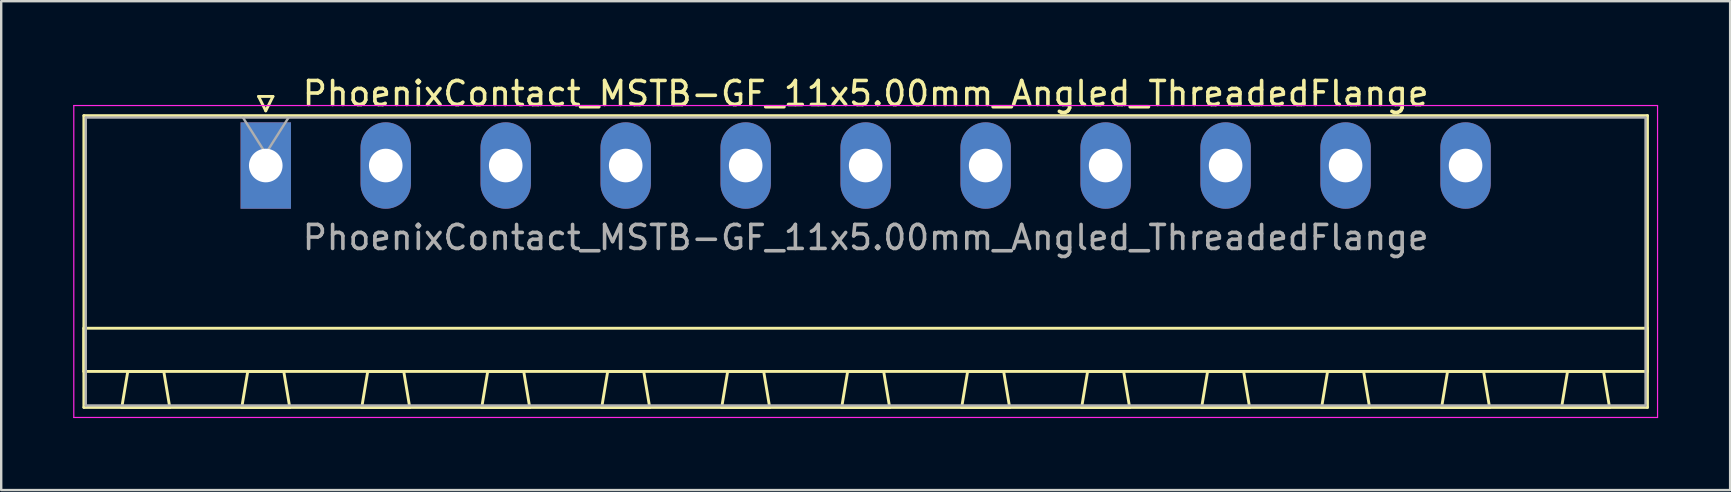
<source format=kicad_pcb>
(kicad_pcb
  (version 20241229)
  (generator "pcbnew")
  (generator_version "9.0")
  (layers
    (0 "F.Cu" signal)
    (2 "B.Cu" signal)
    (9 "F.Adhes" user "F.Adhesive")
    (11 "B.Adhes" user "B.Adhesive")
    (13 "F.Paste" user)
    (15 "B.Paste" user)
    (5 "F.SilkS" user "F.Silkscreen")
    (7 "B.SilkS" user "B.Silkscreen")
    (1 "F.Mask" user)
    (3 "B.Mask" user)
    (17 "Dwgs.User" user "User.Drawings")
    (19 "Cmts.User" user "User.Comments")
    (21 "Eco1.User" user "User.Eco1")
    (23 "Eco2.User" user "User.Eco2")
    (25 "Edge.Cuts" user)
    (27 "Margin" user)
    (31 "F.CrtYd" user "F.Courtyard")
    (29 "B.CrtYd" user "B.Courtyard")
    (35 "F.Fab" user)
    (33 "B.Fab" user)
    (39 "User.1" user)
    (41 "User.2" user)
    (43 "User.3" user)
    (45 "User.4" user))
  (footprint "PhoenixContact_MSTB-GF_11x5.00mm_Angled_ThreadedFlange"
    (layer "F.Cu")
    (at 8.025 3.848)
    (property "Reference" "PhoenixContact_MSTB-GF_11x5.00mm_Angled_ThreadedFlange" (at 25 -3 0) (layer "F.SilkS") (effects (font (size 1 1) (thickness 0.15))))
    (attr through_hole)
    (fp_line (start -7.58 -2.08) (end -7.58 10.08) (stroke (width 0.12) (type solid)) (layer "F.SilkS"))
    (fp_line (start -7.58 6.78) (end 57.58 6.78) (stroke (width 0.12) (type solid)) (layer "F.SilkS"))
    (fp_line (start -7.58 8.58) (end -7.58 6.78) (stroke (width 0.12) (type solid)) (layer "F.SilkS"))
    (fp_line (start -7.58 10.08) (end 57.58 10.08) (stroke (width 0.12) (type solid)) (layer "F.SilkS"))
    (fp_line (start -6 10.08) (end -4 10.08) (stroke (width 0.12) (type solid)) (layer "F.SilkS"))
    (fp_line (start -5.75 8.58) (end -6 10.08) (stroke (width 0.12) (type solid)) (layer "F.SilkS"))
    (fp_line (start -4.25 8.58) (end -5.75 8.58) (stroke (width 0.12) (type solid)) (layer "F.SilkS"))
    (fp_line (start -4 10.08) (end -4.25 8.58) (stroke (width 0.12) (type solid)) (layer "F.SilkS"))
    (fp_line (start -1 10.08) (end 1 10.08) (stroke (width 0.12) (type solid)) (layer "F.SilkS"))
    (fp_line (start -0.75 8.58) (end -1 10.08) (stroke (width 0.12) (type solid)) (layer "F.SilkS"))
    (fp_line (start -0.3 -2.88) (end 0.3 -2.88) (stroke (width 0.12) (type solid)) (layer "F.SilkS"))
    (fp_line (start 0 -2.28) (end -0.3 -2.88) (stroke (width 0.12) (type solid)) (layer "F.SilkS"))
    (fp_line (start 0.3 -2.88) (end 0 -2.28) (stroke (width 0.12) (type solid)) (layer "F.SilkS"))
    (fp_line (start 0.75 8.58) (end -0.75 8.58) (stroke (width 0.12) (type solid)) (layer "F.SilkS"))
    (fp_line (start 1 10.08) (end 0.75 8.58) (stroke (width 0.12) (type solid)) (layer "F.SilkS"))
    (fp_line (start 4 10.08) (end 6 10.08) (stroke (width 0.12) (type solid)) (layer "F.SilkS"))
    (fp_line (start 4.25 8.58) (end 4 10.08) (stroke (width 0.12) (type solid)) (layer "F.SilkS"))
    (fp_line (start 5.75 8.58) (end 4.25 8.58) (stroke (width 0.12) (type solid)) (layer "F.SilkS"))
    (fp_line (start 6 10.08) (end 5.75 8.58) (stroke (width 0.12) (type solid)) (layer "F.SilkS"))
    (fp_line (start 9 10.08) (end 11 10.08) (stroke (width 0.12) (type solid)) (layer "F.SilkS"))
    (fp_line (start 9.25 8.58) (end 9 10.08) (stroke (width 0.12) (type solid)) (layer "F.SilkS"))
    (fp_line (start 10.75 8.58) (end 9.25 8.58) (stroke (width 0.12) (type solid)) (layer "F.SilkS"))
    (fp_line (start 11 10.08) (end 10.75 8.58) (stroke (width 0.12) (type solid)) (layer "F.SilkS"))
    (fp_line (start 14 10.08) (end 16 10.08) (stroke (width 0.12) (type solid)) (layer "F.SilkS"))
    (fp_line (start 14.25 8.58) (end 14 10.08) (stroke (width 0.12) (type solid)) (layer "F.SilkS"))
    (fp_line (start 15.75 8.58) (end 14.25 8.58) (stroke (width 0.12) (type solid)) (layer "F.SilkS"))
    (fp_line (start 16 10.08) (end 15.75 8.58) (stroke (width 0.12) (type solid)) (layer "F.SilkS"))
    (fp_line (start 19 10.08) (end 21 10.08) (stroke (width 0.12) (type solid)) (layer "F.SilkS"))
    (fp_line (start 19.25 8.58) (end 19 10.08) (stroke (width 0.12) (type solid)) (layer "F.SilkS"))
    (fp_line (start 20.75 8.58) (end 19.25 8.58) (stroke (width 0.12) (type solid)) (layer "F.SilkS"))
    (fp_line (start 21 10.08) (end 20.75 8.58) (stroke (width 0.12) (type solid)) (layer "F.SilkS"))
    (fp_line (start 24 10.08) (end 26 10.08) (stroke (width 0.12) (type solid)) (layer "F.SilkS"))
    (fp_line (start 24.25 8.58) (end 24 10.08) (stroke (width 0.12) (type solid)) (layer "F.SilkS"))
    (fp_line (start 25.75 8.58) (end 24.25 8.58) (stroke (width 0.12) (type solid)) (layer "F.SilkS"))
    (fp_line (start 26 10.08) (end 25.75 8.58) (stroke (width 0.12) (type solid)) (layer "F.SilkS"))
    (fp_line (start 29 10.08) (end 31 10.08) (stroke (width 0.12) (type solid)) (layer "F.SilkS"))
    (fp_line (start 29.25 8.58) (end 29 10.08) (stroke (width 0.12) (type solid)) (layer "F.SilkS"))
    (fp_line (start 30.75 8.58) (end 29.25 8.58) (stroke (width 0.12) (type solid)) (layer "F.SilkS"))
    (fp_line (start 31 10.08) (end 30.75 8.58) (stroke (width 0.12) (type solid)) (layer "F.SilkS"))
    (fp_line (start 34 10.08) (end 36 10.08) (stroke (width 0.12) (type solid)) (layer "F.SilkS"))
    (fp_line (start 34.25 8.58) (end 34 10.08) (stroke (width 0.12) (type solid)) (layer "F.SilkS"))
    (fp_line (start 35.75 8.58) (end 34.25 8.58) (stroke (width 0.12) (type solid)) (layer "F.SilkS"))
    (fp_line (start 36 10.08) (end 35.75 8.58) (stroke (width 0.12) (type solid)) (layer "F.SilkS"))
    (fp_line (start 39 10.08) (end 41 10.08) (stroke (width 0.12) (type solid)) (layer "F.SilkS"))
    (fp_line (start 39.25 8.58) (end 39 10.08) (stroke (width 0.12) (type solid)) (layer "F.SilkS"))
    (fp_line (start 40.75 8.58) (end 39.25 8.58) (stroke (width 0.12) (type solid)) (layer "F.SilkS"))
    (fp_line (start 41 10.08) (end 40.75 8.58) (stroke (width 0.12) (type solid)) (layer "F.SilkS"))
    (fp_line (start 44 10.08) (end 46 10.08) (stroke (width 0.12) (type solid)) (layer "F.SilkS"))
    (fp_line (start 44.25 8.58) (end 44 10.08) (stroke (width 0.12) (type solid)) (layer "F.SilkS"))
    (fp_line (start 45.75 8.58) (end 44.25 8.58) (stroke (width 0.12) (type solid)) (layer "F.SilkS"))
    (fp_line (start 46 10.08) (end 45.75 8.58) (stroke (width 0.12) (type solid)) (layer "F.SilkS"))
    (fp_line (start 49 10.08) (end 51 10.08) (stroke (width 0.12) (type solid)) (layer "F.SilkS"))
    (fp_line (start 49.25 8.58) (end 49 10.08) (stroke (width 0.12) (type solid)) (layer "F.SilkS"))
    (fp_line (start 50.75 8.58) (end 49.25 8.58) (stroke (width 0.12) (type solid)) (layer "F.SilkS"))
    (fp_line (start 51 10.08) (end 50.75 8.58) (stroke (width 0.12) (type solid)) (layer "F.SilkS"))
    (fp_line (start 54 10.08) (end 56 10.08) (stroke (width 0.12) (type solid)) (layer "F.SilkS"))
    (fp_line (start 54.25 8.58) (end 54 10.08) (stroke (width 0.12) (type solid)) (layer "F.SilkS"))
    (fp_line (start 55.75 8.58) (end 54.25 8.58) (stroke (width 0.12) (type solid)) (layer "F.SilkS"))
    (fp_line (start 56 10.08) (end 55.75 8.58) (stroke (width 0.12) (type solid)) (layer "F.SilkS"))
    (fp_line (start 57.58 -2.08) (end -7.58 -2.08) (stroke (width 0.12) (type solid)) (layer "F.SilkS"))
    (fp_line (start 57.58 6.78) (end 57.58 8.58) (stroke (width 0.12) (type solid)) (layer "F.SilkS"))
    (fp_line (start 57.58 8.58) (end -7.58 8.58) (stroke (width 0.12) (type solid)) (layer "F.SilkS"))
    (fp_line (start 57.58 10.08) (end 57.58 -2.08) (stroke (width 0.12) (type solid)) (layer "F.SilkS"))
    (fp_line (start -8 -2.5) (end -8 10.5) (stroke (width 0.05) (type solid)) (layer "F.CrtYd"))
    (fp_line (start -8 10.5) (end 58 10.5) (stroke (width 0.05) (type solid)) (layer "F.CrtYd"))
    (fp_line (start 58 -2.5) (end -8 -2.5) (stroke (width 0.05) (type solid)) (layer "F.CrtYd"))
    (fp_line (start 58 10.5) (end 58 -2.5) (stroke (width 0.05) (type solid)) (layer "F.CrtYd"))
    (fp_line (start -7.5 -2) (end -7.5 10) (stroke (width 0.1) (type solid)) (layer "F.Fab"))
    (fp_line (start -7.5 10) (end 57.5 10) (stroke (width 0.1) (type solid)) (layer "F.Fab"))
    (fp_line (start 0 -0.5) (end -0.95 -2) (stroke (width 0.1) (type solid)) (layer "F.Fab"))
    (fp_line (start 0.95 -2) (end 0 -0.5) (stroke (width 0.1) (type solid)) (layer "F.Fab"))
    (fp_line (start 57.5 -2) (end -7.5 -2) (stroke (width 0.1) (type solid)) (layer "F.Fab"))
    (fp_line (start 57.5 10) (end 57.5 -2) (stroke (width 0.1) (type solid)) (layer "F.Fab"))
    (fp_text user "${REFERENCE}" (at 25 3 0) (layer "F.Fab") (effects (font (size 1 1) (thickness 0.15))))
    (pad "1" thru_hole rect (at 0 0) (size 2.1 3.6) (drill 1.4) (layers "*.Cu" "*.Mask"))
    (pad "2" thru_hole oval (at 5 0) (size 2.1 3.6) (drill 1.4) (layers "*.Cu" "*.Mask"))
    (pad "3" thru_hole oval (at 10 0) (size 2.1 3.6) (drill 1.4) (layers "*.Cu" "*.Mask"))
    (pad "4" thru_hole oval (at 15 0) (size 2.1 3.6) (drill 1.4) (layers "*.Cu" "*.Mask"))
    (pad "5" thru_hole oval (at 20 0) (size 2.1 3.6) (drill 1.4) (layers "*.Cu" "*.Mask"))
    (pad "6" thru_hole oval (at 25 0) (size 2.1 3.6) (drill 1.4) (layers "*.Cu" "*.Mask"))
    (pad "7" thru_hole oval (at 30 0) (size 2.1 3.6) (drill 1.4) (layers "*.Cu" "*.Mask"))
    (pad "8" thru_hole oval (at 35 0) (size 2.1 3.6) (drill 1.4) (layers "*.Cu" "*.Mask"))
    (pad "9" thru_hole oval (at 40 0) (size 2.1 3.6) (drill 1.4) (layers "*.Cu" "*.Mask"))
    (pad "10" thru_hole oval (at 45 0) (size 2.1 3.6) (drill 1.4) (layers "*.Cu" "*.Mask"))
    (pad "11" thru_hole oval (at 50 0) (size 2.1 3.6) (drill 1.4) (layers "*.Cu" "*.Mask")))
  (gr_rect
    (start -3 -3)
    (end 69.05 17.373)
    (stroke (width 0.1) (type default))
    (fill no)
    (layer "Edge.Cuts")))
</source>
